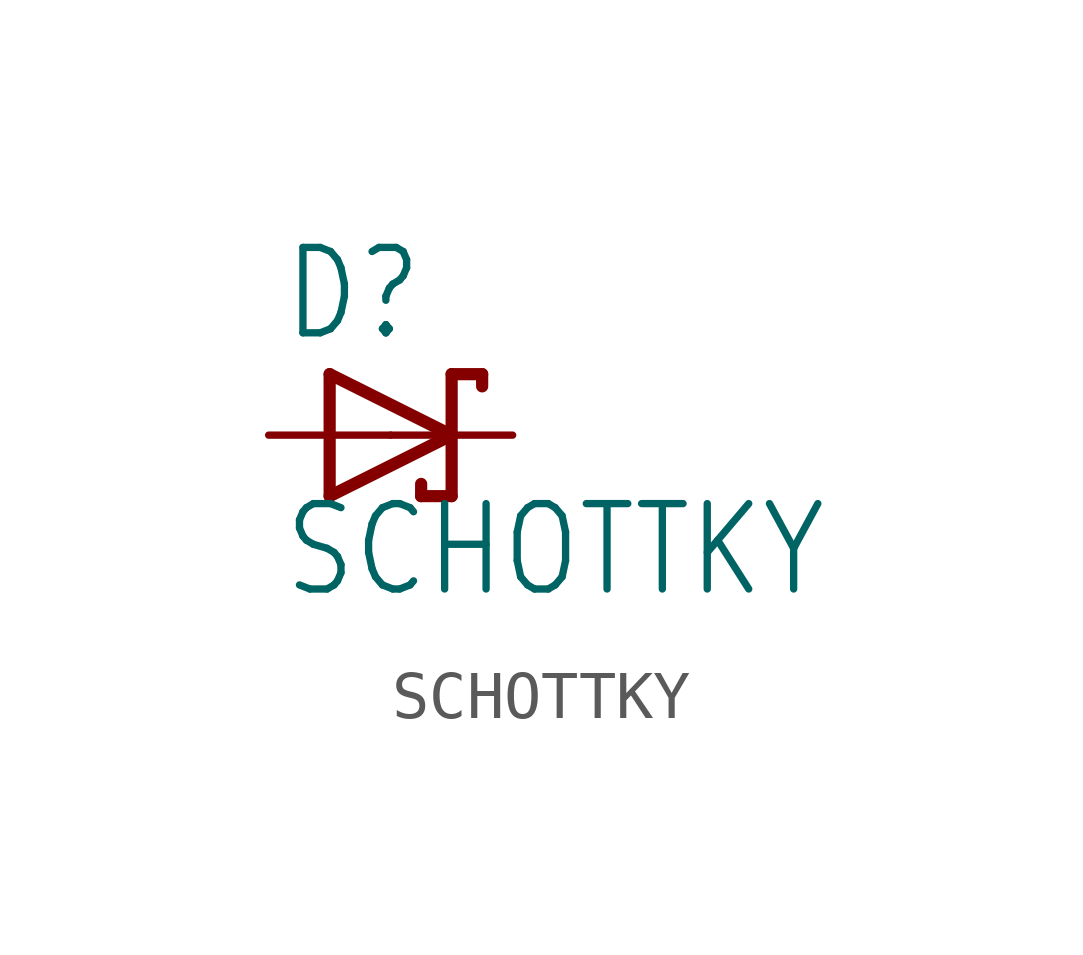
<source format=kicad_sym>
(kicad_symbol_lib
  (version 20211014)
  (generator kicad_symbol_editor)
  (symbol "SCHOTTKY"
    (property "Reference" "D"
      (at -2.286 1.905 0)
      (effects (font (size 1.778 1.511)) (justify left bottom)))
    (property "Value" "SCHOTTKY"
      (at -2.286 -3.429 0)
      (effects (font (size 1.778 1.511)) (justify left bottom)))
    (property "ki_locked" ""
      (at 0 0 0)
      (effects (font (size 1.27 1.27))))
    (symbol "SCHOTTKY_1_0"
      (polyline (pts (xy -1.27 -1.27) (xy 1.27 0)) (stroke (width 0.254) (type default) (color 0 0 0 0)) (fill (type none)))
      (polyline (pts (xy -1.27 1.27) (xy -1.27 -1.27)) (stroke (width 0.254) (type default) (color 0 0 0 0)) (fill (type none)))
      (polyline (pts (xy 0.635 -1.016) (xy 0.635 -1.27)) (stroke (width 0.254) (type default) (color 0 0 0 0)) (fill (type none)))
      (polyline (pts (xy 1.27 -1.27) (xy 0.635 -1.27)) (stroke (width 0.254) (type default) (color 0 0 0 0)) (fill (type none)))
      (polyline (pts (xy 1.27 0) (xy -1.27 1.27)) (stroke (width 0.254) (type default) (color 0 0 0 0)) (fill (type none)))
      (polyline (pts (xy 1.27 0) (xy 1.27 -1.27)) (stroke (width 0.254) (type default) (color 0 0 0 0)) (fill (type none)))
      (polyline (pts (xy 1.27 1.27) (xy 1.27 0)) (stroke (width 0.254) (type default) (color 0 0 0 0)) (fill (type none)))
      (polyline (pts (xy 1.905 1.27) (xy 1.27 1.27)) (stroke (width 0.254) (type default) (color 0 0 0 0)) (fill (type none)))
      (polyline (pts (xy 1.905 1.27) (xy 1.905 1.016)) (stroke (width 0.254) (type default) (color 0 0 0 0)) (fill (type none)))
      (pin passive line (at -2.54 0 0) (length 2.54) (name "A" (effects (font (size 0 0)))) (number "A" (effects (font (size 0 0)))))
      (pin passive line (at 2.54 0 180) (length 2.54) (name "C" (effects (font (size 0 0)))) (number "C" (effects (font (size 0 0))))))))
</source>
